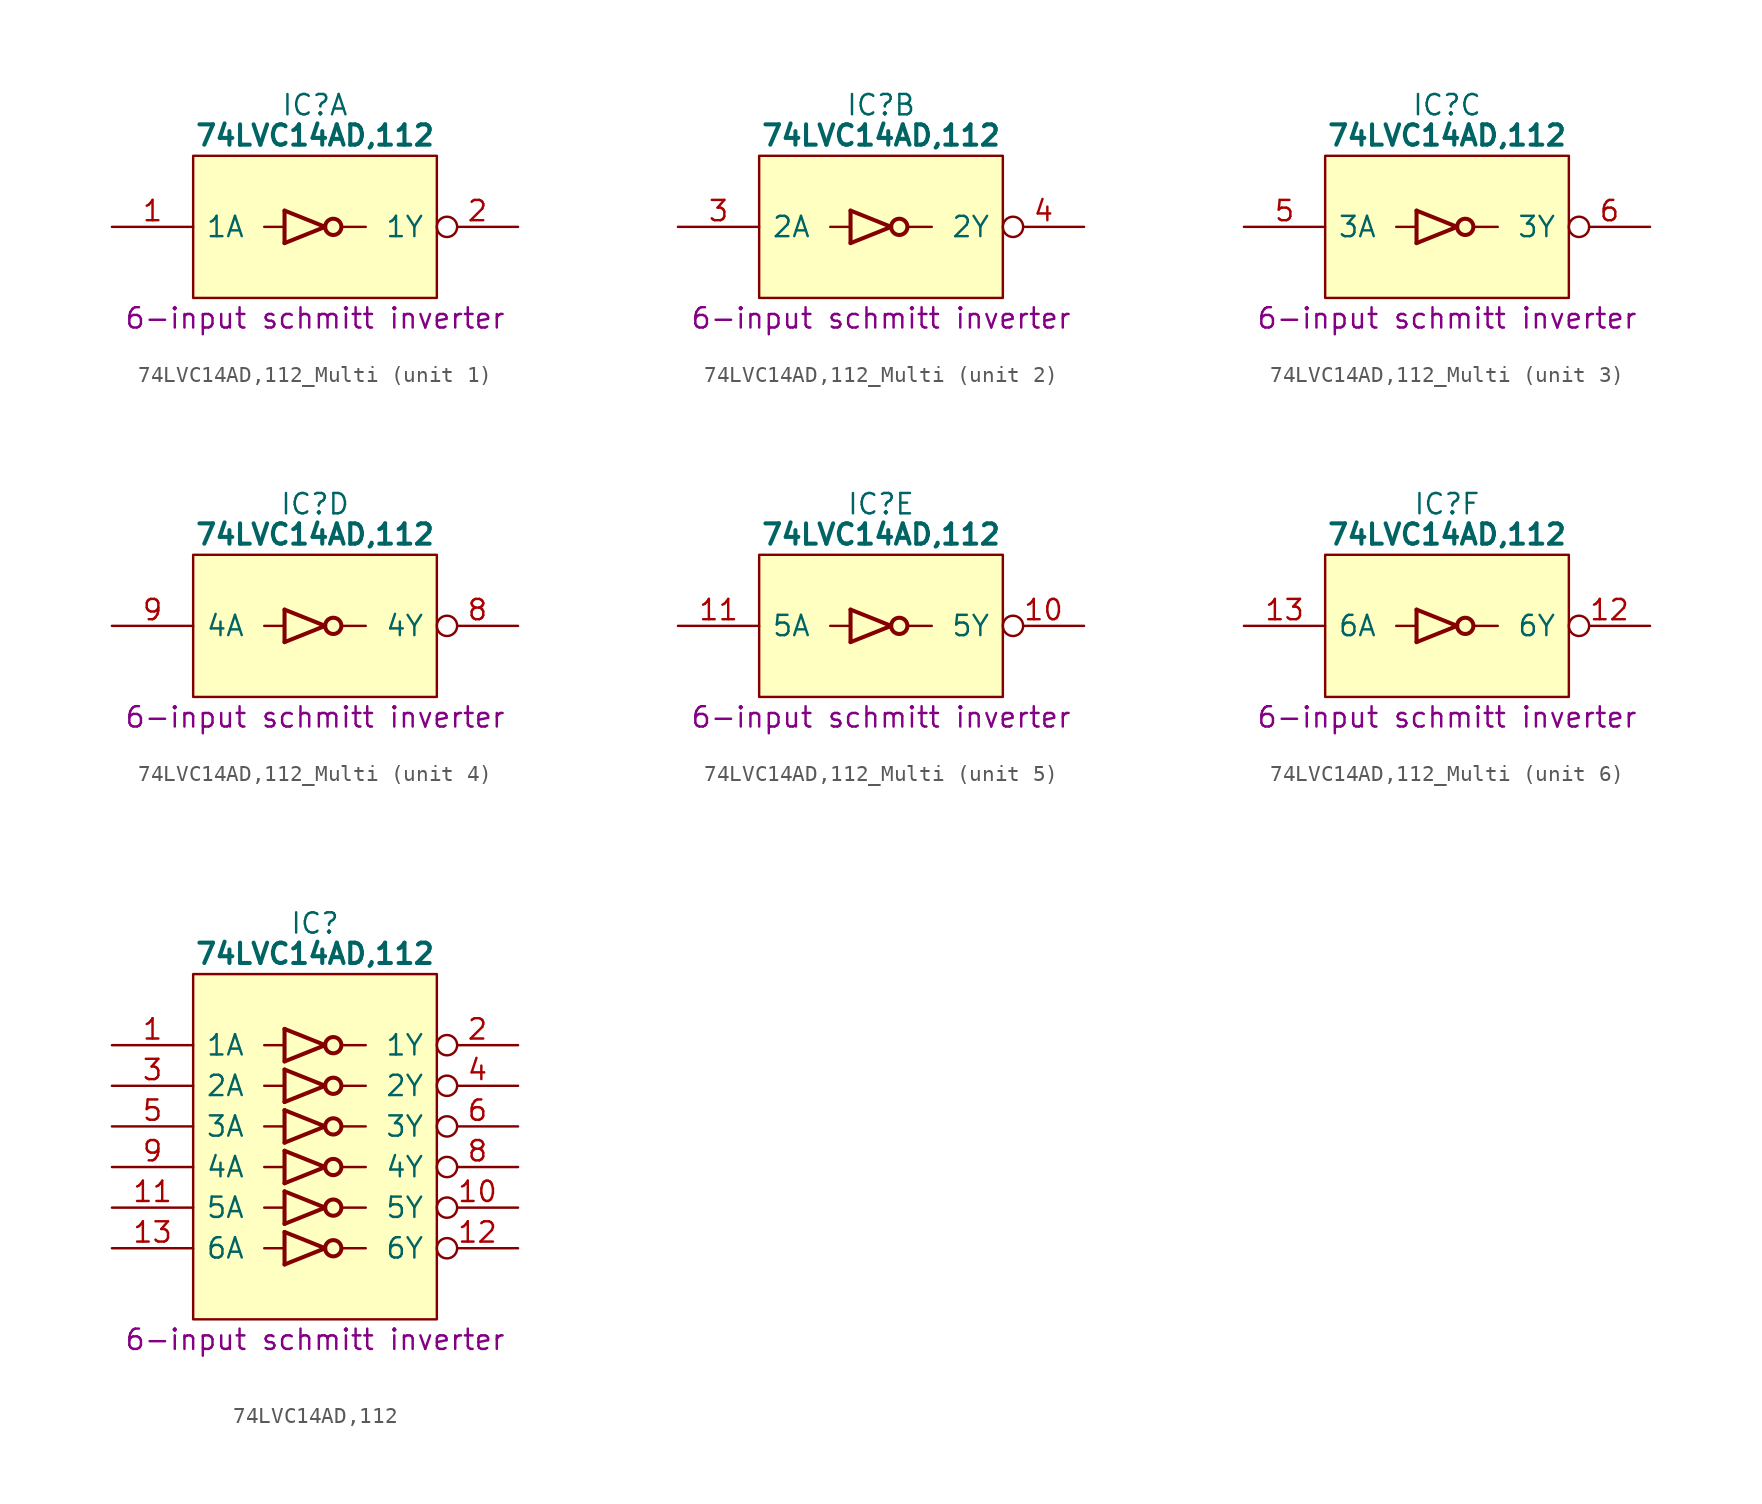
<source format=kicad_sym>
(kicad_symbol_lib
  (version 20231120)
  (generator "kicad_symbol_editor")
  (generator_version "8.0")
  (symbol "74LVC14AD,112_Multi"
    (pin_names
      (offset 0.762))
    (property "Reference" "IC"
      (at 12.7 5.715 0)
      (effects (font (size 1.27 1.27))))
    (property "Value" "74LVC14AD,112"
      (at 12.7 3.81 0)
      (effects (font (size 1.27 1.27) (bold yes))))
    (property "Description" "6-input schmitt inverter"
      (at 12.7 -7.62 0)
      (effects (font (size 1.27 1.27))))
    (symbol "74LVC14AD,112_Multi_0_0"
      (pin passive line (at 25.4 0.635 180) (length 5.08) hide (name "3V" (effects (font (size 1.27 1.27)))) (number "14" (effects (font (size 1.27 1.27)))))
      (pin passive line (at 0 -4.445 0) (length 5.08) hide (name "GND" (effects (font (size 1.27 1.27)))) (number "7" (effects (font (size 1.27 1.27))))))
    (symbol "74LVC14AD,112_Multi_0_1"
      (polyline (pts (xy 9.525 -1.905) (xy 10.795 -1.905)) (stroke (width 0) (type default)) (fill (type none)))
      (polyline (pts (xy 14.351 -1.905) (xy 15.875 -1.905)) (stroke (width 0) (type default)) (fill (type none)))
      (polyline (pts (xy 10.795 -2.921) (xy 13.335 -1.905) (xy 10.795 -0.889)) (stroke (width 0.254) (type default)) (fill (type none)))
      (polyline (pts (xy 5.08 2.54) (xy 20.32 2.54) (xy 20.32 -6.35) (xy 5.08 -6.35) (xy 5.08 2.54)) (stroke (width 0.152) (type default)) (fill (type background)))
      (rectangle (start 10.795 -0.889) (end 10.795 -2.921) (stroke (width 0.254) (type default)) (fill (type background)))
      (circle (center 13.843 -1.905) (radius 0.508) (stroke (width 0.254) (type default)) (fill (type none))))
    (symbol "74LVC14AD,112_Multi_1_0"
      (pin input line (at 0 -1.905 0) (length 5.08) (name "1A" (effects (font (size 1.27 1.27)))) (number "1" (effects (font (size 1.27 1.27)))))
      (pin output inverted (at 25.4 -1.905 180) (length 5.08) (name "1Y" (effects (font (size 1.27 1.27)))) (number "2" (effects (font (size 1.27 1.27))))))
    (symbol "74LVC14AD,112_Multi_2_0"
      (pin input line (at 0 -1.905 0) (length 5.08) (name "2A" (effects (font (size 1.27 1.27)))) (number "3" (effects (font (size 1.27 1.27)))))
      (pin output inverted (at 25.4 -1.905 180) (length 5.08) (name "2Y" (effects (font (size 1.27 1.27)))) (number "4" (effects (font (size 1.27 1.27))))))
    (symbol "74LVC14AD,112_Multi_3_0"
      (pin input line (at 0 -1.905 0) (length 5.08) (name "3A" (effects (font (size 1.27 1.27)))) (number "5" (effects (font (size 1.27 1.27)))))
      (pin output inverted (at 25.4 -1.905 180) (length 5.08) (name "3Y" (effects (font (size 1.27 1.27)))) (number "6" (effects (font (size 1.27 1.27))))))
    (symbol "74LVC14AD,112_Multi_4_0"
      (pin output inverted (at 25.4 -1.905 180) (length 5.08) (name "4Y" (effects (font (size 1.27 1.27)))) (number "8" (effects (font (size 1.27 1.27)))))
      (pin input line (at 0 -1.905 0) (length 5.08) (name "4A" (effects (font (size 1.27 1.27)))) (number "9" (effects (font (size 1.27 1.27))))))
    (symbol "74LVC14AD,112_Multi_5_0"
      (pin output inverted (at 25.4 -1.905 180) (length 5.08) (name "5Y" (effects (font (size 1.27 1.27)))) (number "10" (effects (font (size 1.27 1.27)))))
      (pin input line (at 0 -1.905 0) (length 5.08) (name "5A" (effects (font (size 1.27 1.27)))) (number "11" (effects (font (size 1.27 1.27))))))
    (symbol "74LVC14AD,112_Multi_6_0"
      (pin output inverted (at 25.4 -1.905 180) (length 5.08) (name "6Y" (effects (font (size 1.27 1.27)))) (number "12" (effects (font (size 1.27 1.27)))))
      (pin input line (at 0 -1.905 0) (length 5.08) (name "6A" (effects (font (size 1.27 1.27)))) (number "13" (effects (font (size 1.27 1.27)))))))
  (symbol "74LVC14AD,112"
    (pin_names
      (offset 0.762))
    (property "Reference" "IC"
      (at 12.7 7.62 0)
      (effects (font (size 1.27 1.27))))
    (property "Value" "74LVC14AD,112"
      (at 12.7 5.715 0)
      (effects (font (size 1.27 1.27) (bold yes))))
    (property "Description" "6-input schmitt inverter"
      (at 12.7 -18.415 0)
      (effects (font (size 1.27 1.27))))
    (symbol "74LVC14AD,112_0_0"
      (pin input line (at 0 0 0) (length 5.08) (name "1A" (effects (font (size 1.27 1.27)))) (number "1" (effects (font (size 1.27 1.27)))))
      (pin output inverted (at 25.4 -10.16 180) (length 5.08) (name "5Y" (effects (font (size 1.27 1.27)))) (number "10" (effects (font (size 1.27 1.27)))))
      (pin input line (at 0 -10.16 0) (length 5.08) (name "5A" (effects (font (size 1.27 1.27)))) (number "11" (effects (font (size 1.27 1.27)))))
      (pin output inverted (at 25.4 -12.7 180) (length 5.08) (name "6Y" (effects (font (size 1.27 1.27)))) (number "12" (effects (font (size 1.27 1.27)))))
      (pin input line (at 0 -12.7 0) (length 5.08) (name "6A" (effects (font (size 1.27 1.27)))) (number "13" (effects (font (size 1.27 1.27)))))
      (pin passive line (at 25.4 2.54 180) (length 5.08) hide (name "3V" (effects (font (size 1.27 1.27)))) (number "14" (effects (font (size 1.27 1.27)))))
      (pin output inverted (at 25.4 0 180) (length 5.08) (name "1Y" (effects (font (size 1.27 1.27)))) (number "2" (effects (font (size 1.27 1.27)))))
      (pin input line (at 0 -2.54 0) (length 5.08) (name "2A" (effects (font (size 1.27 1.27)))) (number "3" (effects (font (size 1.27 1.27)))))
      (pin output inverted (at 25.4 -2.54 180) (length 5.08) (name "2Y" (effects (font (size 1.27 1.27)))) (number "4" (effects (font (size 1.27 1.27)))))
      (pin input line (at 0 -5.08 0) (length 5.08) (name "3A" (effects (font (size 1.27 1.27)))) (number "5" (effects (font (size 1.27 1.27)))))
      (pin output inverted (at 25.4 -5.08 180) (length 5.08) (name "3Y" (effects (font (size 1.27 1.27)))) (number "6" (effects (font (size 1.27 1.27)))))
      (pin passive line (at 0 -15.24 0) (length 5.08) hide (name "GND" (effects (font (size 1.27 1.27)))) (number "7" (effects (font (size 1.27 1.27)))))
      (pin output inverted (at 25.4 -7.62 180) (length 5.08) (name "4Y" (effects (font (size 1.27 1.27)))) (number "8" (effects (font (size 1.27 1.27)))))
      (pin input line (at 0 -7.62 0) (length 5.08) (name "4A" (effects (font (size 1.27 1.27)))) (number "9" (effects (font (size 1.27 1.27))))))
    (symbol "74LVC14AD,112_0_1"
      (polyline (pts (xy 9.525 -12.7) (xy 10.795 -12.7)) (stroke (width 0) (type default)) (fill (type none)))
      (polyline (pts (xy 9.525 -10.16) (xy 10.795 -10.16)) (stroke (width 0) (type default)) (fill (type none)))
      (polyline (pts (xy 9.525 -7.62) (xy 10.795 -7.62)) (stroke (width 0) (type default)) (fill (type none)))
      (polyline (pts (xy 9.525 -5.08) (xy 10.795 -5.08)) (stroke (width 0) (type default)) (fill (type none)))
      (polyline (pts (xy 9.525 -2.54) (xy 10.795 -2.54)) (stroke (width 0) (type default)) (fill (type none)))
      (polyline (pts (xy 9.525 0) (xy 10.795 0)) (stroke (width 0) (type default)) (fill (type none)))
      (polyline (pts (xy 14.351 -12.7) (xy 15.875 -12.7)) (stroke (width 0) (type default)) (fill (type none)))
      (polyline (pts (xy 14.351 -10.16) (xy 15.875 -10.16)) (stroke (width 0) (type default)) (fill (type none)))
      (polyline (pts (xy 14.351 -7.62) (xy 15.875 -7.62)) (stroke (width 0) (type default)) (fill (type none)))
      (polyline (pts (xy 14.351 -5.08) (xy 15.875 -5.08)) (stroke (width 0) (type default)) (fill (type none)))
      (polyline (pts (xy 14.351 -2.54) (xy 15.875 -2.54)) (stroke (width 0) (type default)) (fill (type none)))
      (polyline (pts (xy 14.351 0) (xy 15.875 0)) (stroke (width 0) (type default)) (fill (type none)))
      (polyline (pts (xy 10.795 -13.716) (xy 13.335 -12.7) (xy 10.795 -11.684)) (stroke (width 0.254) (type default)) (fill (type none)))
      (polyline (pts (xy 10.795 -11.176) (xy 13.335 -10.16) (xy 10.795 -9.144)) (stroke (width 0.254) (type default)) (fill (type none)))
      (polyline (pts (xy 10.795 -8.636) (xy 13.335 -7.62) (xy 10.795 -6.604)) (stroke (width 0.254) (type default)) (fill (type none)))
      (polyline (pts (xy 10.795 -6.096) (xy 13.335 -5.08) (xy 10.795 -4.064)) (stroke (width 0.254) (type default)) (fill (type none)))
      (polyline (pts (xy 10.795 -3.556) (xy 13.335 -2.54) (xy 10.795 -1.524)) (stroke (width 0.254) (type default)) (fill (type none)))
      (polyline (pts (xy 10.795 -1.016) (xy 13.335 0) (xy 10.795 1.016)) (stroke (width 0.254) (type default)) (fill (type none)))
      (polyline (pts (xy 5.08 4.445) (xy 20.32 4.445) (xy 20.32 -17.145) (xy 5.08 -17.145) (xy 5.08 4.445)) (stroke (width 0.152) (type default)) (fill (type background)))
      (rectangle (start 10.795 -11.684) (end 10.795 -13.716) (stroke (width 0.254) (type default)) (fill (type background)))
      (rectangle (start 10.795 -9.144) (end 10.795 -11.176) (stroke (width 0.254) (type default)) (fill (type background)))
      (rectangle (start 10.795 -6.604) (end 10.795 -8.636) (stroke (width 0.254) (type default)) (fill (type background)))
      (rectangle (start 10.795 -4.064) (end 10.795 -6.096) (stroke (width 0.254) (type default)) (fill (type background)))
      (rectangle (start 10.795 -1.524) (end 10.795 -3.556) (stroke (width 0.254) (type default)) (fill (type background)))
      (rectangle (start 10.795 1.016) (end 10.795 -1.016) (stroke (width 0.254) (type default)) (fill (type background)))
      (circle (center 13.843 -12.7) (radius 0.508) (stroke (width 0.254) (type default)) (fill (type none)))
      (circle (center 13.843 -10.16) (radius 0.508) (stroke (width 0.254) (type default)) (fill (type none)))
      (circle (center 13.843 -7.62) (radius 0.508) (stroke (width 0.254) (type default)) (fill (type none)))
      (circle (center 13.843 -5.08) (radius 0.508) (stroke (width 0.254) (type default)) (fill (type none)))
      (circle (center 13.843 -2.54) (radius 0.508) (stroke (width 0.254) (type default)) (fill (type none)))
      (circle (center 13.843 0) (radius 0.508) (stroke (width 0.254) (type default)) (fill (type none))))))
</source>
